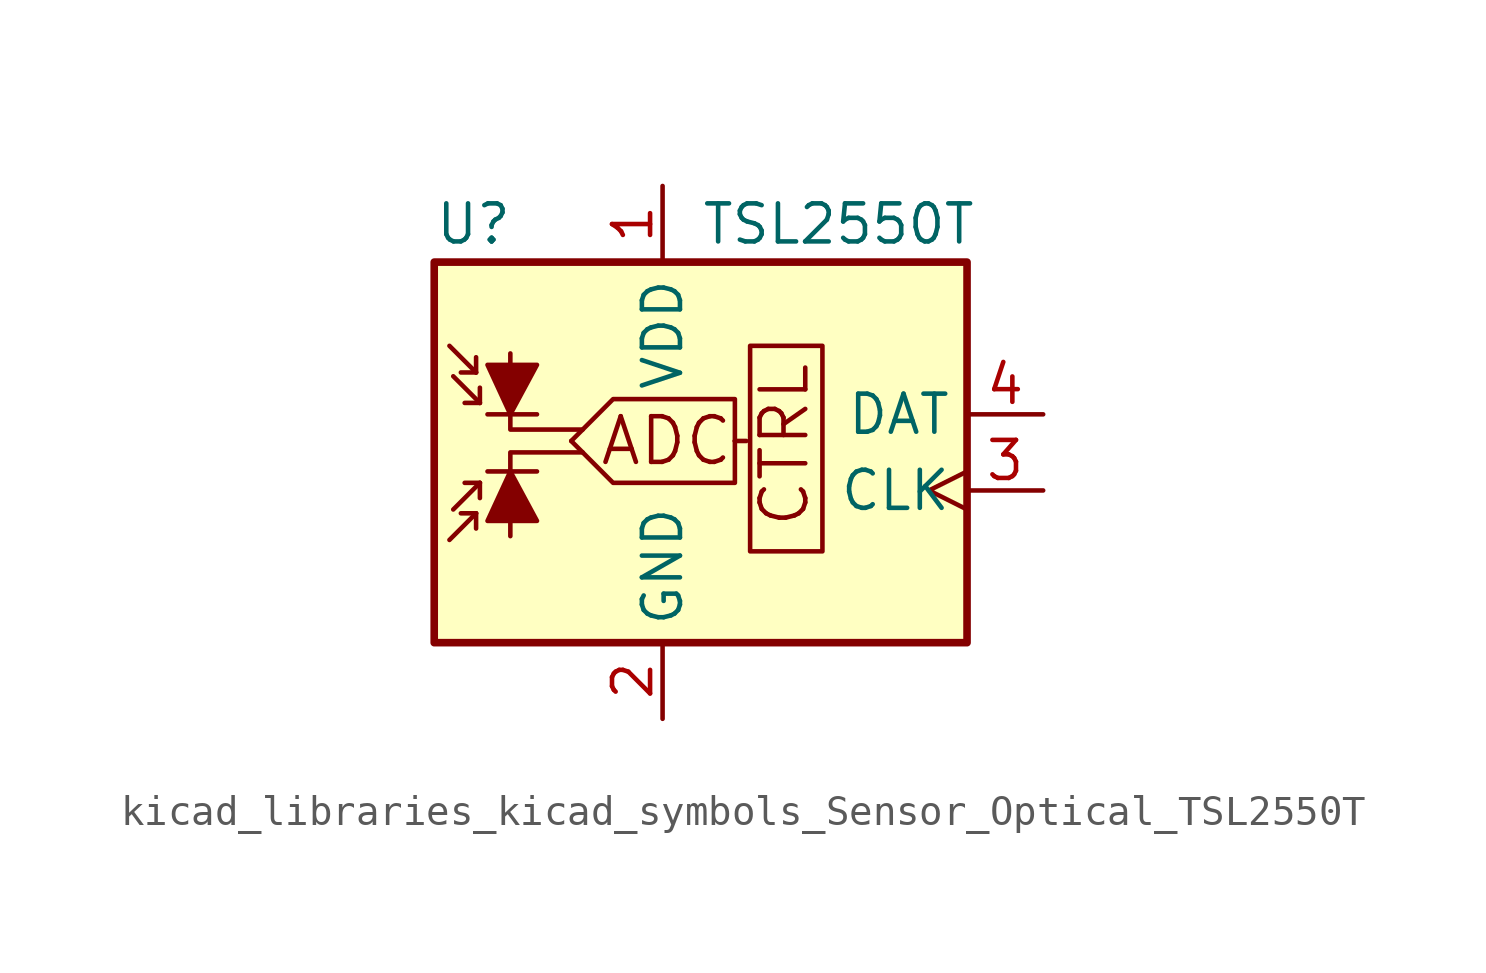
<source format=kicad_sym>
(kicad_symbol_lib
  (version 20220914)
  (generator kicad_symbol_editor)
  (symbol "kicad_libraries_kicad_symbols_Sensor_Optical_TSL2550T"
    (property "Reference" "U"
      (at -7.62 6.35 0)
      (effects (font (size 1.27 1.27)) (justify left)))
    (property "Value" "TSL2550T"
      (at 1.27 6.35 0)
      (effects (font (size 1.27 1.27)) (justify left)))
    (symbol "kicad_libraries_kicad_symbols_Sensor_Optical_TSL2550T_0_0"
      (polyline (pts (xy 2.413 -0.889) (xy 2.794 -0.889)) (stroke (width 0) (type default)) (fill (type none)))
      (polyline (pts (xy -5.08 -4.064) (xy -5.08 -1.27) (xy -2.667 -1.27)) (stroke (width 0) (type default)) (fill (type none)))
      (polyline (pts (xy -5.08 2.032) (xy -5.08 -0.508) (xy -2.667 -0.508)) (stroke (width 0) (type default)) (fill (type none)))
      (polyline (pts (xy -3.048 -0.889) (xy -1.651 -2.286) (xy 2.413 -2.286) (xy 2.413 -0.889)) (stroke (width 0) (type default)) (fill (type none)))
      (polyline (pts (xy -3.048 -0.889) (xy -1.651 0.508) (xy 2.413 0.508) (xy 2.413 -0.889)) (stroke (width 0) (type default)) (fill (type none)))
      (rectangle (start 2.921 2.286) (end 5.334 -4.572) (stroke (width 0) (type default)) (fill (type none)))
      (text "ADC" (at 0.127 -0.889 0) (effects (font (size 1.524 1.524))))
      (text "CTRL" (at 4.064 -1.016 900) (effects (font (size 1.524 1.524)))))
    (symbol "kicad_libraries_kicad_symbols_Sensor_Optical_TSL2550T_0_1"
      (polyline (pts (xy -6.223 -3.302) (xy -7.112 -4.191)) (stroke (width 0) (type default)) (fill (type none)))
      (polyline (pts (xy -6.223 -3.302) (xy -6.731 -3.302)) (stroke (width 0) (type default)) (fill (type none)))
      (polyline (pts (xy -6.223 -3.302) (xy -6.223 -3.81)) (stroke (width 0) (type default)) (fill (type none)))
      (polyline (pts (xy -6.223 1.397) (xy -7.112 2.286)) (stroke (width 0) (type default)) (fill (type none)))
      (polyline (pts (xy -6.223 1.397) (xy -6.731 1.397)) (stroke (width 0) (type default)) (fill (type none)))
      (polyline (pts (xy -6.223 1.397) (xy -6.223 1.905)) (stroke (width 0) (type default)) (fill (type none)))
      (polyline (pts (xy -6.096 -2.286) (xy -6.985 -3.175)) (stroke (width 0) (type default)) (fill (type none)))
      (polyline (pts (xy -6.096 -2.286) (xy -6.604 -2.286)) (stroke (width 0) (type default)) (fill (type none)))
      (polyline (pts (xy -6.096 -2.286) (xy -6.096 -2.794)) (stroke (width 0) (type default)) (fill (type none)))
      (polyline (pts (xy -6.096 0.381) (xy -6.985 1.27)) (stroke (width 0) (type default)) (fill (type none)))
      (polyline (pts (xy -6.096 0.381) (xy -6.604 0.381)) (stroke (width 0) (type default)) (fill (type none)))
      (polyline (pts (xy -6.096 0.381) (xy -6.096 0.889)) (stroke (width 0) (type default)) (fill (type none)))
      (polyline (pts (xy -5.842 -1.905) (xy -4.191 -1.905)) (stroke (width 0) (type default)) (fill (type none)))
      (polyline (pts (xy -5.842 0) (xy -4.191 0)) (stroke (width 0) (type default)) (fill (type none)))
      (polyline (pts (xy -5.842 -3.556) (xy -4.191 -3.556) (xy -5.08 -1.905) (xy -5.842 -3.556)) (stroke (width 0) (type default)) (fill (type outline)))
      (polyline (pts (xy -5.842 1.651) (xy -4.191 1.651) (xy -5.08 0) (xy -5.842 1.651)) (stroke (width 0) (type default)) (fill (type outline)))
      (rectangle (start 10.16 5.08) (end -7.62 -7.62) (stroke (width 0.254) (type default)) (fill (type background))))
    (symbol "kicad_libraries_kicad_symbols_Sensor_Optical_TSL2550T_1_1"
      (pin power_in line (at 0 7.62 270) (length 2.54) (name "VDD" (effects (font (size 1.27 1.27)))) (number "1" (effects (font (size 1.27 1.27)))))
      (pin power_in line (at 0 -10.16 90) (length 2.54) (name "GND" (effects (font (size 1.27 1.27)))) (number "2" (effects (font (size 1.27 1.27)))))
      (pin input clock (at 12.7 -2.54 180) (length 2.54) (name "CLK" (effects (font (size 1.27 1.27)))) (number "3" (effects (font (size 1.27 1.27)))))
      (pin bidirectional line (at 12.7 0 180) (length 2.54) (name "DAT" (effects (font (size 1.27 1.27)))) (number "4" (effects (font (size 1.27 1.27))))))))
</source>
